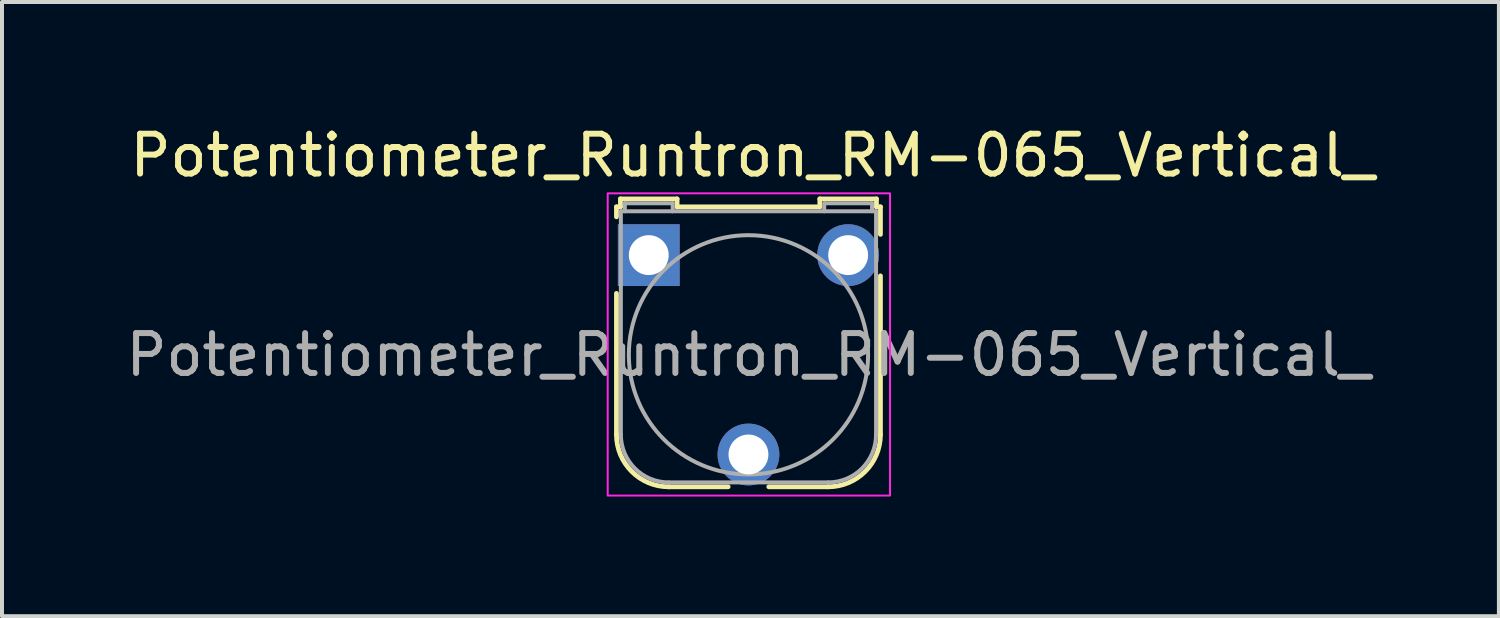
<source format=kicad_pcb>
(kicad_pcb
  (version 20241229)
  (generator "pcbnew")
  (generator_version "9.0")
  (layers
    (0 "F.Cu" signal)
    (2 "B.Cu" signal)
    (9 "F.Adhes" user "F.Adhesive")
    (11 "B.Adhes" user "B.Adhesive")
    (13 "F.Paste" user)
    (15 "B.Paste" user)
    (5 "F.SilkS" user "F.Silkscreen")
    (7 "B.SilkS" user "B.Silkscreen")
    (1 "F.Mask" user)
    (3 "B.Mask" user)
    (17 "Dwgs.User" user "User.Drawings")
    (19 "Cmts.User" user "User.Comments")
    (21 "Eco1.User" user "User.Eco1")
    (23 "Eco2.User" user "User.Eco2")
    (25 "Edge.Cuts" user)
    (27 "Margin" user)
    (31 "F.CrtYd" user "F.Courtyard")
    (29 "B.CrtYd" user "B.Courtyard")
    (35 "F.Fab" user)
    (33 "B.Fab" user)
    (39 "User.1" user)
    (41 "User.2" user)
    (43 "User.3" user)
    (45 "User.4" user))
  (footprint "Potentiometer_Runtron_RM-065_Vertical_"
    (layer "F.Cu")
    (at 13.22 3.348)
    (property "Reference" "Potentiometer_Runtron_RM-065_Vertical_" (at 2.6 -2.5 0) (layer "F.SilkS") (effects (font (size 1 1) (thickness 0.15))))
    (attr through_hole)
    (fp_line (start -0.81 -1.21) (end -0.81 -0.96) (stroke (width 0.12) (type solid)) (layer "F.SilkS"))
    (fp_line (start -0.81 4.5) (end -0.81 0.96) (stroke (width 0.12) (type solid)) (layer "F.SilkS"))
    (fp_line (start -0.71 -1.41) (end -0.71 -1.21) (stroke (width 0.12) (type solid)) (layer "F.SilkS"))
    (fp_line (start -0.71 -1.41) (end 0.71 -1.41) (stroke (width 0.12) (type solid)) (layer "F.SilkS"))
    (fp_line (start -0.71 -1.21) (end -0.81 -1.21) (stroke (width 0.12) (type solid)) (layer "F.SilkS"))
    (fp_line (start 0.71 -1.21) (end 0.71 -1.41) (stroke (width 0.12) (type solid)) (layer "F.SilkS"))
    (fp_line (start 0.71 -1.21) (end 4.29 -1.21) (stroke (width 0.12) (type solid)) (layer "F.SilkS"))
    (fp_line (start 1.99 5.81) (end 0.5 5.81) (stroke (width 0.12) (type solid)) (layer "F.SilkS"))
    (fp_line (start 4.29 -1.41) (end 5.71 -1.41) (stroke (width 0.12) (type solid)) (layer "F.SilkS"))
    (fp_line (start 4.29 -1.21) (end 4.29 -1.41) (stroke (width 0.12) (type solid)) (layer "F.SilkS"))
    (fp_line (start 4.5 5.81) (end 3.01 5.81) (stroke (width 0.12) (type solid)) (layer "F.SilkS"))
    (fp_line (start 5.71 -1.41) (end 5.71 -1.21) (stroke (width 0.12) (type solid)) (layer "F.SilkS"))
    (fp_line (start 5.71 -1.21) (end 5.81 -1.21) (stroke (width 0.12) (type solid)) (layer "F.SilkS"))
    (fp_line (start 5.81 -1.21) (end 5.81 -0.52) (stroke (width 0.12) (type solid)) (layer "F.SilkS"))
    (fp_line (start 5.81 0.52) (end 5.81 4.5) (stroke (width 0.12) (type solid)) (layer "F.SilkS"))
    (fp_arc (start 0.5 5.81) (mid -0.42631 5.42631) (end -0.81 4.5) (stroke (width 0.12) (type solid)) (layer "F.SilkS"))
    (fp_arc (start 5.81 4.5) (mid 5.42631 5.42631) (end 4.5 5.81) (stroke (width 0.12) (type solid)) (layer "F.SilkS"))
    (fp_rect (start -1.03 -1.55) (end 6.05 6.03) (stroke (width 0.05) (type solid)) (fill no) (layer "F.CrtYd"))
    (fp_line (start -0.7 4.5) (end -0.7 -1.1) (stroke (width 0.1) (type solid)) (layer "F.Fab"))
    (fp_line (start -0.6 -1.3) (end 0.6 -1.3) (stroke (width 0.1) (type solid)) (layer "F.Fab"))
    (fp_line (start -0.6 -1.1) (end -0.6 -1.3) (stroke (width 0.1) (type solid)) (layer "F.Fab"))
    (fp_line (start 0.5 5.7) (end 4.5 5.7) (stroke (width 0.1) (type solid)) (layer "F.Fab"))
    (fp_line (start 0.6 -1.3) (end 0.6 -1.1) (stroke (width 0.1) (type solid)) (layer "F.Fab"))
    (fp_line (start 4.4 -1.3) (end 4.4 -1.1) (stroke (width 0.1) (type solid)) (layer "F.Fab"))
    (fp_line (start 5.6 -1.3) (end 4.41 -1.3) (stroke (width 0.1) (type solid)) (layer "F.Fab"))
    (fp_line (start 5.6 -1.1) (end 5.6 -1.3) (stroke (width 0.1) (type solid)) (layer "F.Fab"))
    (fp_line (start 5.7 -1.1) (end -0.7 -1.1) (stroke (width 0.1) (type solid)) (layer "F.Fab"))
    (fp_line (start 5.7 4.5) (end 5.7 -1.1) (stroke (width 0.1) (type solid)) (layer "F.Fab"))
    (fp_arc (start 0.5 5.7) (mid -0.348528 5.348528) (end -0.7 4.5) (stroke (width 0.1) (type solid)) (layer "F.Fab"))
    (fp_arc (start 5.7 4.5) (mid 5.348528 5.348528) (end 4.5 5.7) (stroke (width 0.1) (type solid)) (layer "F.Fab"))
    (fp_circle (center 2.5 2.5) (end 5.5 2.5) (stroke (width 0.1) (type solid)) (fill no) (layer "F.Fab"))
    (fp_text user "${REFERENCE}" (at 2.5 2.5 0) (layer "F.Fab") (effects (font (size 1 1) (thickness 0.15))))
    (pad "1" thru_hole rect (at 0 0) (size 1.55 1.55) (drill 1) (layers "*.Cu" "*.Mask"))
    (pad "2" thru_hole circle (at 2.5 5) (size 1.55 1.55) (drill 1) (layers "*.Cu" "*.Mask"))
    (pad "3" thru_hole circle (at 5 0) (size 1.55 1.55) (drill 1) (layers "*.Cu" "*.Mask")))
  (gr_rect
    (start -3 -3)
    (end 34.54 12.403)
    (stroke (width 0.1) (type default))
    (fill no)
    (layer "Edge.Cuts")))
</source>
